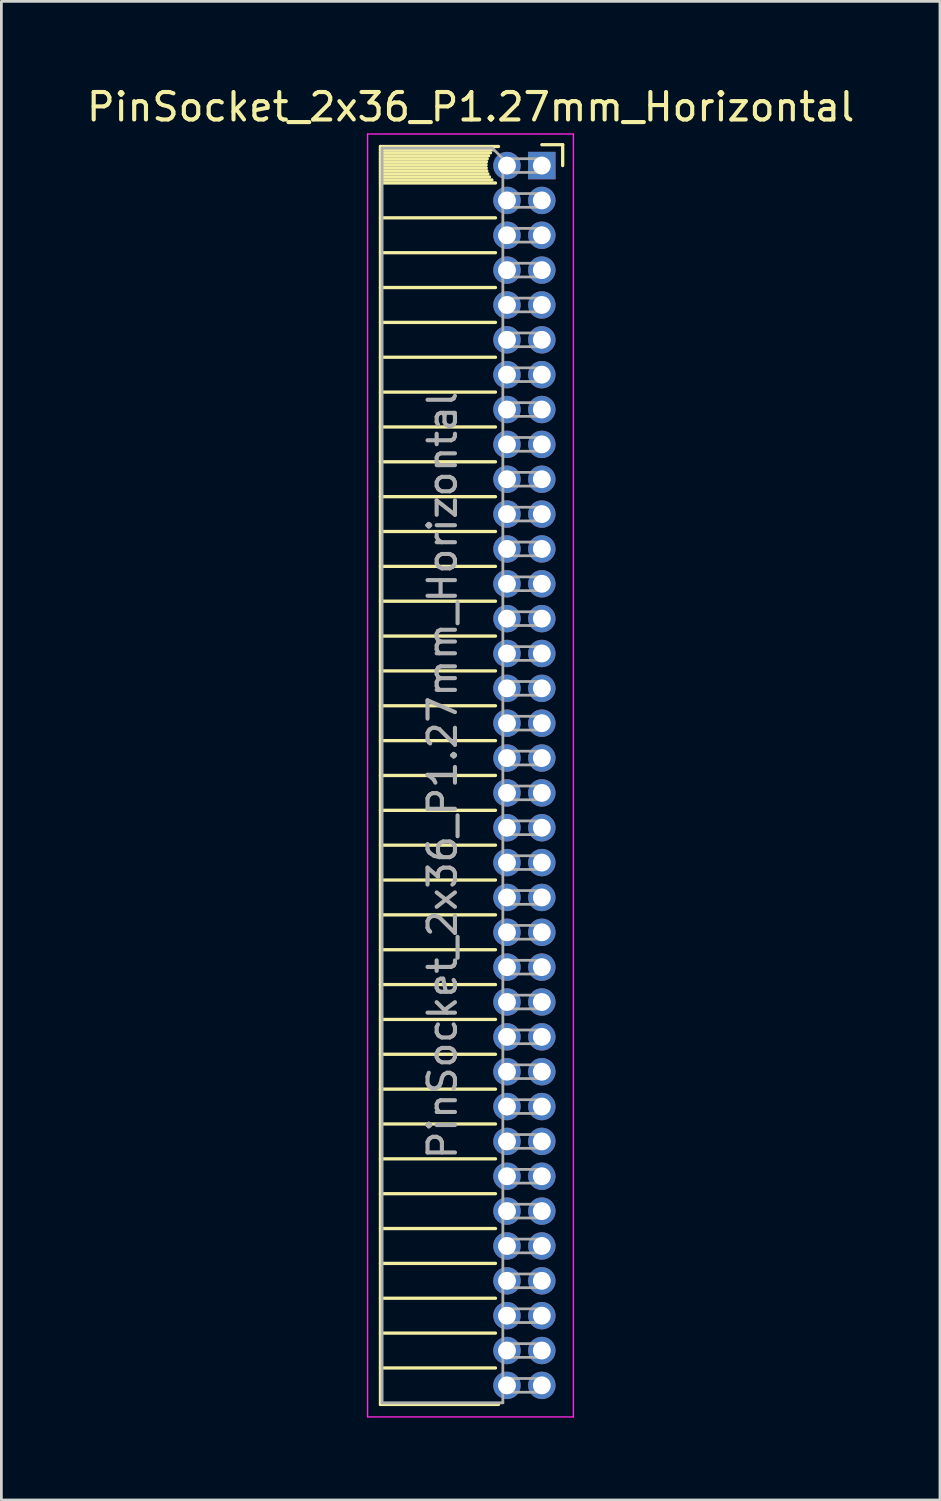
<source format=kicad_pcb>
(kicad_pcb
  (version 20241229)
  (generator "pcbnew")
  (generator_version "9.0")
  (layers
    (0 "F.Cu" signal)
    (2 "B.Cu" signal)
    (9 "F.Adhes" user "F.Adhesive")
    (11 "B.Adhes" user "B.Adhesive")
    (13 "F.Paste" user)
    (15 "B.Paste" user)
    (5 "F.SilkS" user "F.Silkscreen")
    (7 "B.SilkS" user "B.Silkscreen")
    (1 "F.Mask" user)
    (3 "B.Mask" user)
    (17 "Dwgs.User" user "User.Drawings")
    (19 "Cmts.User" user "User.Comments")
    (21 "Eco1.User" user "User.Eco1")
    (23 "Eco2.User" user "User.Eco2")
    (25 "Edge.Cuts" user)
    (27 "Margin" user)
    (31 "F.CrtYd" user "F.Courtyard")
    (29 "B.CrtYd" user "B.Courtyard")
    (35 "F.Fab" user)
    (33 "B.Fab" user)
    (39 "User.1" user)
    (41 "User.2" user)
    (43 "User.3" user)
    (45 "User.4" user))
  (footprint "PinSocket_2x36_P1.27mm_Horizontal"
    (layer "F.Cu")
    (at 16.694 2.983)
    (property "Reference" "PinSocket_2x36_P1.27mm_Horizontal" (at -2.592 -2.135 0) (layer "F.SilkS") (effects (font (size 1 1) (thickness 0.15))))
    (attr through_hole)
    (fp_line (start -5.88 -0.695) (end -5.88 45.145) (stroke (width 0.12) (type solid)) (layer "F.SilkS"))
    (fp_line (start -5.88 -0.695) (end -1.578 -0.695) (stroke (width 0.12) (type solid)) (layer "F.SilkS"))
    (fp_line (start -5.88 -0.575) (end -1.767 -0.575) (stroke (width 0.12) (type solid)) (layer "F.SilkS"))
    (fp_line (start -5.88 -0.465) (end -1.871 -0.465) (stroke (width 0.12) (type solid)) (layer "F.SilkS"))
    (fp_line (start -5.88 -0.355) (end -1.942 -0.355) (stroke (width 0.12) (type solid)) (layer "F.SilkS"))
    (fp_line (start -5.88 -0.245) (end -1.989 -0.245) (stroke (width 0.12) (type solid)) (layer "F.SilkS"))
    (fp_line (start -5.88 -0.135) (end -2.018 -0.135) (stroke (width 0.12) (type solid)) (layer "F.SilkS"))
    (fp_line (start -5.88 -0.025) (end -2.03 -0.025) (stroke (width 0.12) (type solid)) (layer "F.SilkS"))
    (fp_line (start -5.88 0.085) (end -2.025 0.085) (stroke (width 0.12) (type solid)) (layer "F.SilkS"))
    (fp_line (start -5.88 0.195) (end -2.005 0.195) (stroke (width 0.12) (type solid)) (layer "F.SilkS"))
    (fp_line (start -5.88 0.305) (end -1.966 0.305) (stroke (width 0.12) (type solid)) (layer "F.SilkS"))
    (fp_line (start -5.88 0.415) (end -1.907 0.415) (stroke (width 0.12) (type solid)) (layer "F.SilkS"))
    (fp_line (start -5.88 0.525) (end -1.82 0.525) (stroke (width 0.12) (type solid)) (layer "F.SilkS"))
    (fp_line (start -5.88 0.635) (end -1.688 0.635) (stroke (width 0.12) (type solid)) (layer "F.SilkS"))
    (fp_line (start -5.88 1.905) (end -1.688 1.905) (stroke (width 0.12) (type solid)) (layer "F.SilkS"))
    (fp_line (start -5.88 3.175) (end -1.688 3.175) (stroke (width 0.12) (type solid)) (layer "F.SilkS"))
    (fp_line (start -5.88 4.445) (end -1.688 4.445) (stroke (width 0.12) (type solid)) (layer "F.SilkS"))
    (fp_line (start -5.88 5.715) (end -1.688 5.715) (stroke (width 0.12) (type solid)) (layer "F.SilkS"))
    (fp_line (start -5.88 6.985) (end -1.688 6.985) (stroke (width 0.12) (type solid)) (layer "F.SilkS"))
    (fp_line (start -5.88 8.255) (end -1.688 8.255) (stroke (width 0.12) (type solid)) (layer "F.SilkS"))
    (fp_line (start -5.88 9.525) (end -1.688 9.525) (stroke (width 0.12) (type solid)) (layer "F.SilkS"))
    (fp_line (start -5.88 10.795) (end -1.688 10.795) (stroke (width 0.12) (type solid)) (layer "F.SilkS"))
    (fp_line (start -5.88 12.065) (end -1.688 12.065) (stroke (width 0.12) (type solid)) (layer "F.SilkS"))
    (fp_line (start -5.88 13.335) (end -1.688 13.335) (stroke (width 0.12) (type solid)) (layer "F.SilkS"))
    (fp_line (start -5.88 14.605) (end -1.688 14.605) (stroke (width 0.12) (type solid)) (layer "F.SilkS"))
    (fp_line (start -5.88 15.875) (end -1.688 15.875) (stroke (width 0.12) (type solid)) (layer "F.SilkS"))
    (fp_line (start -5.88 17.145) (end -1.688 17.145) (stroke (width 0.12) (type solid)) (layer "F.SilkS"))
    (fp_line (start -5.88 18.415) (end -1.688 18.415) (stroke (width 0.12) (type solid)) (layer "F.SilkS"))
    (fp_line (start -5.88 19.685) (end -1.688 19.685) (stroke (width 0.12) (type solid)) (layer "F.SilkS"))
    (fp_line (start -5.88 20.955) (end -1.688 20.955) (stroke (width 0.12) (type solid)) (layer "F.SilkS"))
    (fp_line (start -5.88 22.225) (end -1.688 22.225) (stroke (width 0.12) (type solid)) (layer "F.SilkS"))
    (fp_line (start -5.88 23.495) (end -1.688 23.495) (stroke (width 0.12) (type solid)) (layer "F.SilkS"))
    (fp_line (start -5.88 24.765) (end -1.688 24.765) (stroke (width 0.12) (type solid)) (layer "F.SilkS"))
    (fp_line (start -5.88 26.035) (end -1.688 26.035) (stroke (width 0.12) (type solid)) (layer "F.SilkS"))
    (fp_line (start -5.88 27.305) (end -1.688 27.305) (stroke (width 0.12) (type solid)) (layer "F.SilkS"))
    (fp_line (start -5.88 28.575) (end -1.688 28.575) (stroke (width 0.12) (type solid)) (layer "F.SilkS"))
    (fp_line (start -5.88 29.845) (end -1.688 29.845) (stroke (width 0.12) (type solid)) (layer "F.SilkS"))
    (fp_line (start -5.88 31.115) (end -1.688 31.115) (stroke (width 0.12) (type solid)) (layer "F.SilkS"))
    (fp_line (start -5.88 32.385) (end -1.688 32.385) (stroke (width 0.12) (type solid)) (layer "F.SilkS"))
    (fp_line (start -5.88 33.655) (end -1.688 33.655) (stroke (width 0.12) (type solid)) (layer "F.SilkS"))
    (fp_line (start -5.88 34.925) (end -1.688 34.925) (stroke (width 0.12) (type solid)) (layer "F.SilkS"))
    (fp_line (start -5.88 36.195) (end -1.688 36.195) (stroke (width 0.12) (type solid)) (layer "F.SilkS"))
    (fp_line (start -5.88 37.465) (end -1.688 37.465) (stroke (width 0.12) (type solid)) (layer "F.SilkS"))
    (fp_line (start -5.88 38.735) (end -1.688 38.735) (stroke (width 0.12) (type solid)) (layer "F.SilkS"))
    (fp_line (start -5.88 40.005) (end -1.688 40.005) (stroke (width 0.12) (type solid)) (layer "F.SilkS"))
    (fp_line (start -5.88 41.275) (end -1.688 41.275) (stroke (width 0.12) (type solid)) (layer "F.SilkS"))
    (fp_line (start -5.88 42.545) (end -1.688 42.545) (stroke (width 0.12) (type solid)) (layer "F.SilkS"))
    (fp_line (start -5.88 43.815) (end -1.688 43.815) (stroke (width 0.12) (type solid)) (layer "F.SilkS"))
    (fp_line (start -5.88 45.145) (end -1.578 45.145) (stroke (width 0.12) (type solid)) (layer "F.SilkS"))
    (fp_line (start 0 -0.76) (end 0.76 -0.76) (stroke (width 0.12) (type solid)) (layer "F.SilkS"))
    (fp_line (start 0.76 -0.76) (end 0.76 0) (stroke (width 0.12) (type solid)) (layer "F.SilkS"))
    (fp_line (start -6.35 -1.15) (end -6.35 45.6) (stroke (width 0.05) (type solid)) (layer "F.CrtYd"))
    (fp_line (start -6.35 45.6) (end 1.15 45.6) (stroke (width 0.05) (type solid)) (layer "F.CrtYd"))
    (fp_line (start 1.15 -1.15) (end -6.35 -1.15) (stroke (width 0.05) (type solid)) (layer "F.CrtYd"))
    (fp_line (start 1.15 45.6) (end 1.15 -1.15) (stroke (width 0.05) (type solid)) (layer "F.CrtYd"))
    (fp_line (start -5.82 -0.635) (end -1.805 -0.635) (stroke (width 0.1) (type solid)) (layer "F.Fab"))
    (fp_line (start -5.82 45.085) (end -5.82 -0.635) (stroke (width 0.1) (type solid)) (layer "F.Fab"))
    (fp_line (start -1.805 -0.635) (end -1.42 -0.25) (stroke (width 0.1) (type solid)) (layer "F.Fab"))
    (fp_line (start -1.42 -0.25) (end -1.42 45.085) (stroke (width 0.1) (type solid)) (layer "F.Fab"))
    (fp_line (start -1.42 0.25) (end 0 0.25) (stroke (width 0.1) (type solid)) (layer "F.Fab"))
    (fp_line (start -1.42 1.52) (end 0 1.52) (stroke (width 0.1) (type solid)) (layer "F.Fab"))
    (fp_line (start -1.42 2.79) (end 0 2.79) (stroke (width 0.1) (type solid)) (layer "F.Fab"))
    (fp_line (start -1.42 4.06) (end 0 4.06) (stroke (width 0.1) (type solid)) (layer "F.Fab"))
    (fp_line (start -1.42 5.33) (end 0 5.33) (stroke (width 0.1) (type solid)) (layer "F.Fab"))
    (fp_line (start -1.42 6.6) (end 0 6.6) (stroke (width 0.1) (type solid)) (layer "F.Fab"))
    (fp_line (start -1.42 7.87) (end 0 7.87) (stroke (width 0.1) (type solid)) (layer "F.Fab"))
    (fp_line (start -1.42 9.14) (end 0 9.14) (stroke (width 0.1) (type solid)) (layer "F.Fab"))
    (fp_line (start -1.42 10.41) (end 0 10.41) (stroke (width 0.1) (type solid)) (layer "F.Fab"))
    (fp_line (start -1.42 11.68) (end 0 11.68) (stroke (width 0.1) (type solid)) (layer "F.Fab"))
    (fp_line (start -1.42 12.95) (end 0 12.95) (stroke (width 0.1) (type solid)) (layer "F.Fab"))
    (fp_line (start -1.42 14.22) (end 0 14.22) (stroke (width 0.1) (type solid)) (layer "F.Fab"))
    (fp_line (start -1.42 15.49) (end 0 15.49) (stroke (width 0.1) (type solid)) (layer "F.Fab"))
    (fp_line (start -1.42 16.76) (end 0 16.76) (stroke (width 0.1) (type solid)) (layer "F.Fab"))
    (fp_line (start -1.42 18.03) (end 0 18.03) (stroke (width 0.1) (type solid)) (layer "F.Fab"))
    (fp_line (start -1.42 19.3) (end 0 19.3) (stroke (width 0.1) (type solid)) (layer "F.Fab"))
    (fp_line (start -1.42 20.57) (end 0 20.57) (stroke (width 0.1) (type solid)) (layer "F.Fab"))
    (fp_line (start -1.42 21.84) (end 0 21.84) (stroke (width 0.1) (type solid)) (layer "F.Fab"))
    (fp_line (start -1.42 23.11) (end 0 23.11) (stroke (width 0.1) (type solid)) (layer "F.Fab"))
    (fp_line (start -1.42 24.38) (end 0 24.38) (stroke (width 0.1) (type solid)) (layer "F.Fab"))
    (fp_line (start -1.42 25.65) (end 0 25.65) (stroke (width 0.1) (type solid)) (layer "F.Fab"))
    (fp_line (start -1.42 26.92) (end 0 26.92) (stroke (width 0.1) (type solid)) (layer "F.Fab"))
    (fp_line (start -1.42 28.19) (end 0 28.19) (stroke (width 0.1) (type solid)) (layer "F.Fab"))
    (fp_line (start -1.42 29.46) (end 0 29.46) (stroke (width 0.1) (type solid)) (layer "F.Fab"))
    (fp_line (start -1.42 30.73) (end 0 30.73) (stroke (width 0.1) (type solid)) (layer "F.Fab"))
    (fp_line (start -1.42 32) (end 0 32) (stroke (width 0.1) (type solid)) (layer "F.Fab"))
    (fp_line (start -1.42 33.27) (end 0 33.27) (stroke (width 0.1) (type solid)) (layer "F.Fab"))
    (fp_line (start -1.42 34.54) (end 0 34.54) (stroke (width 0.1) (type solid)) (layer "F.Fab"))
    (fp_line (start -1.42 35.81) (end 0 35.81) (stroke (width 0.1) (type solid)) (layer "F.Fab"))
    (fp_line (start -1.42 37.08) (end 0 37.08) (stroke (width 0.1) (type solid)) (layer "F.Fab"))
    (fp_line (start -1.42 38.35) (end 0 38.35) (stroke (width 0.1) (type solid)) (layer "F.Fab"))
    (fp_line (start -1.42 39.62) (end 0 39.62) (stroke (width 0.1) (type solid)) (layer "F.Fab"))
    (fp_line (start -1.42 40.89) (end 0 40.89) (stroke (width 0.1) (type solid)) (layer "F.Fab"))
    (fp_line (start -1.42 42.16) (end 0 42.16) (stroke (width 0.1) (type solid)) (layer "F.Fab"))
    (fp_line (start -1.42 43.43) (end 0 43.43) (stroke (width 0.1) (type solid)) (layer "F.Fab"))
    (fp_line (start -1.42 44.7) (end 0 44.7) (stroke (width 0.1) (type solid)) (layer "F.Fab"))
    (fp_line (start -1.42 45.085) (end -5.82 45.085) (stroke (width 0.1) (type solid)) (layer "F.Fab"))
    (fp_line (start 0 -0.25) (end -1.42 -0.25) (stroke (width 0.1) (type solid)) (layer "F.Fab"))
    (fp_line (start 0 0.25) (end 0 -0.25) (stroke (width 0.1) (type solid)) (layer "F.Fab"))
    (fp_line (start 0 1.02) (end -1.42 1.02) (stroke (width 0.1) (type solid)) (layer "F.Fab"))
    (fp_line (start 0 1.52) (end 0 1.02) (stroke (width 0.1) (type solid)) (layer "F.Fab"))
    (fp_line (start 0 2.29) (end -1.42 2.29) (stroke (width 0.1) (type solid)) (layer "F.Fab"))
    (fp_line (start 0 2.79) (end 0 2.29) (stroke (width 0.1) (type solid)) (layer "F.Fab"))
    (fp_line (start 0 3.56) (end -1.42 3.56) (stroke (width 0.1) (type solid)) (layer "F.Fab"))
    (fp_line (start 0 4.06) (end 0 3.56) (stroke (width 0.1) (type solid)) (layer "F.Fab"))
    (fp_line (start 0 4.83) (end -1.42 4.83) (stroke (width 0.1) (type solid)) (layer "F.Fab"))
    (fp_line (start 0 5.33) (end 0 4.83) (stroke (width 0.1) (type solid)) (layer "F.Fab"))
    (fp_line (start 0 6.1) (end -1.42 6.1) (stroke (width 0.1) (type solid)) (layer "F.Fab"))
    (fp_line (start 0 6.6) (end 0 6.1) (stroke (width 0.1) (type solid)) (layer "F.Fab"))
    (fp_line (start 0 7.37) (end -1.42 7.37) (stroke (width 0.1) (type solid)) (layer "F.Fab"))
    (fp_line (start 0 7.87) (end 0 7.37) (stroke (width 0.1) (type solid)) (layer "F.Fab"))
    (fp_line (start 0 8.64) (end -1.42 8.64) (stroke (width 0.1) (type solid)) (layer "F.Fab"))
    (fp_line (start 0 9.14) (end 0 8.64) (stroke (width 0.1) (type solid)) (layer "F.Fab"))
    (fp_line (start 0 9.91) (end -1.42 9.91) (stroke (width 0.1) (type solid)) (layer "F.Fab"))
    (fp_line (start 0 10.41) (end 0 9.91) (stroke (width 0.1) (type solid)) (layer "F.Fab"))
    (fp_line (start 0 11.18) (end -1.42 11.18) (stroke (width 0.1) (type solid)) (layer "F.Fab"))
    (fp_line (start 0 11.68) (end 0 11.18) (stroke (width 0.1) (type solid)) (layer "F.Fab"))
    (fp_line (start 0 12.45) (end -1.42 12.45) (stroke (width 0.1) (type solid)) (layer "F.Fab"))
    (fp_line (start 0 12.95) (end 0 12.45) (stroke (width 0.1) (type solid)) (layer "F.Fab"))
    (fp_line (start 0 13.72) (end -1.42 13.72) (stroke (width 0.1) (type solid)) (layer "F.Fab"))
    (fp_line (start 0 14.22) (end 0 13.72) (stroke (width 0.1) (type solid)) (layer "F.Fab"))
    (fp_line (start 0 14.99) (end -1.42 14.99) (stroke (width 0.1) (type solid)) (layer "F.Fab"))
    (fp_line (start 0 15.49) (end 0 14.99) (stroke (width 0.1) (type solid)) (layer "F.Fab"))
    (fp_line (start 0 16.26) (end -1.42 16.26) (stroke (width 0.1) (type solid)) (layer "F.Fab"))
    (fp_line (start 0 16.76) (end 0 16.26) (stroke (width 0.1) (type solid)) (layer "F.Fab"))
    (fp_line (start 0 17.53) (end -1.42 17.53) (stroke (width 0.1) (type solid)) (layer "F.Fab"))
    (fp_line (start 0 18.03) (end 0 17.53) (stroke (width 0.1) (type solid)) (layer "F.Fab"))
    (fp_line (start 0 18.8) (end -1.42 18.8) (stroke (width 0.1) (type solid)) (layer "F.Fab"))
    (fp_line (start 0 19.3) (end 0 18.8) (stroke (width 0.1) (type solid)) (layer "F.Fab"))
    (fp_line (start 0 20.07) (end -1.42 20.07) (stroke (width 0.1) (type solid)) (layer "F.Fab"))
    (fp_line (start 0 20.57) (end 0 20.07) (stroke (width 0.1) (type solid)) (layer "F.Fab"))
    (fp_line (start 0 21.34) (end -1.42 21.34) (stroke (width 0.1) (type solid)) (layer "F.Fab"))
    (fp_line (start 0 21.84) (end 0 21.34) (stroke (width 0.1) (type solid)) (layer "F.Fab"))
    (fp_line (start 0 22.61) (end -1.42 22.61) (stroke (width 0.1) (type solid)) (layer "F.Fab"))
    (fp_line (start 0 23.11) (end 0 22.61) (stroke (width 0.1) (type solid)) (layer "F.Fab"))
    (fp_line (start 0 23.88) (end -1.42 23.88) (stroke (width 0.1) (type solid)) (layer "F.Fab"))
    (fp_line (start 0 24.38) (end 0 23.88) (stroke (width 0.1) (type solid)) (layer "F.Fab"))
    (fp_line (start 0 25.15) (end -1.42 25.15) (stroke (width 0.1) (type solid)) (layer "F.Fab"))
    (fp_line (start 0 25.65) (end 0 25.15) (stroke (width 0.1) (type solid)) (layer "F.Fab"))
    (fp_line (start 0 26.42) (end -1.42 26.42) (stroke (width 0.1) (type solid)) (layer "F.Fab"))
    (fp_line (start 0 26.92) (end 0 26.42) (stroke (width 0.1) (type solid)) (layer "F.Fab"))
    (fp_line (start 0 27.69) (end -1.42 27.69) (stroke (width 0.1) (type solid)) (layer "F.Fab"))
    (fp_line (start 0 28.19) (end 0 27.69) (stroke (width 0.1) (type solid)) (layer "F.Fab"))
    (fp_line (start 0 28.96) (end -1.42 28.96) (stroke (width 0.1) (type solid)) (layer "F.Fab"))
    (fp_line (start 0 29.46) (end 0 28.96) (stroke (width 0.1) (type solid)) (layer "F.Fab"))
    (fp_line (start 0 30.23) (end -1.42 30.23) (stroke (width 0.1) (type solid)) (layer "F.Fab"))
    (fp_line (start 0 30.73) (end 0 30.23) (stroke (width 0.1) (type solid)) (layer "F.Fab"))
    (fp_line (start 0 31.5) (end -1.42 31.5) (stroke (width 0.1) (type solid)) (layer "F.Fab"))
    (fp_line (start 0 32) (end 0 31.5) (stroke (width 0.1) (type solid)) (layer "F.Fab"))
    (fp_line (start 0 32.77) (end -1.42 32.77) (stroke (width 0.1) (type solid)) (layer "F.Fab"))
    (fp_line (start 0 33.27) (end 0 32.77) (stroke (width 0.1) (type solid)) (layer "F.Fab"))
    (fp_line (start 0 34.04) (end -1.42 34.04) (stroke (width 0.1) (type solid)) (layer "F.Fab"))
    (fp_line (start 0 34.54) (end 0 34.04) (stroke (width 0.1) (type solid)) (layer "F.Fab"))
    (fp_line (start 0 35.31) (end -1.42 35.31) (stroke (width 0.1) (type solid)) (layer "F.Fab"))
    (fp_line (start 0 35.81) (end 0 35.31) (stroke (width 0.1) (type solid)) (layer "F.Fab"))
    (fp_line (start 0 36.58) (end -1.42 36.58) (stroke (width 0.1) (type solid)) (layer "F.Fab"))
    (fp_line (start 0 37.08) (end 0 36.58) (stroke (width 0.1) (type solid)) (layer "F.Fab"))
    (fp_line (start 0 37.85) (end -1.42 37.85) (stroke (width 0.1) (type solid)) (layer "F.Fab"))
    (fp_line (start 0 38.35) (end 0 37.85) (stroke (width 0.1) (type solid)) (layer "F.Fab"))
    (fp_line (start 0 39.12) (end -1.42 39.12) (stroke (width 0.1) (type solid)) (layer "F.Fab"))
    (fp_line (start 0 39.62) (end 0 39.12) (stroke (width 0.1) (type solid)) (layer "F.Fab"))
    (fp_line (start 0 40.39) (end -1.42 40.39) (stroke (width 0.1) (type solid)) (layer "F.Fab"))
    (fp_line (start 0 40.89) (end 0 40.39) (stroke (width 0.1) (type solid)) (layer "F.Fab"))
    (fp_line (start 0 41.66) (end -1.42 41.66) (stroke (width 0.1) (type solid)) (layer "F.Fab"))
    (fp_line (start 0 42.16) (end 0 41.66) (stroke (width 0.1) (type solid)) (layer "F.Fab"))
    (fp_line (start 0 42.93) (end -1.42 42.93) (stroke (width 0.1) (type solid)) (layer "F.Fab"))
    (fp_line (start 0 43.43) (end 0 42.93) (stroke (width 0.1) (type solid)) (layer "F.Fab"))
    (fp_line (start 0 44.2) (end -1.42 44.2) (stroke (width 0.1) (type solid)) (layer "F.Fab"))
    (fp_line (start 0 44.7) (end 0 44.2) (stroke (width 0.1) (type solid)) (layer "F.Fab"))
    (fp_text user "${REFERENCE}" (at -3.62 22.225 90) (layer "F.Fab") (effects (font (size 1 1) (thickness 0.15))))
    (pad "1" thru_hole rect (at 0 0) (size 1 1) (drill 0.65) (layers "*.Cu" "*.Mask"))
    (pad "2" thru_hole circle (at -1.27 0) (size 1 1) (drill 0.65) (layers "*.Cu" "*.Mask"))
    (pad "3" thru_hole circle (at 0 1.27) (size 1 1) (drill 0.65) (layers "*.Cu" "*.Mask"))
    (pad "4" thru_hole circle (at -1.27 1.27) (size 1 1) (drill 0.65) (layers "*.Cu" "*.Mask"))
    (pad "5" thru_hole circle (at 0 2.54) (size 1 1) (drill 0.65) (layers "*.Cu" "*.Mask"))
    (pad "6" thru_hole circle (at -1.27 2.54) (size 1 1) (drill 0.65) (layers "*.Cu" "*.Mask"))
    (pad "7" thru_hole circle (at 0 3.81) (size 1 1) (drill 0.65) (layers "*.Cu" "*.Mask"))
    (pad "8" thru_hole circle (at -1.27 3.81) (size 1 1) (drill 0.65) (layers "*.Cu" "*.Mask"))
    (pad "9" thru_hole circle (at 0 5.08) (size 1 1) (drill 0.65) (layers "*.Cu" "*.Mask"))
    (pad "10" thru_hole circle (at -1.27 5.08) (size 1 1) (drill 0.65) (layers "*.Cu" "*.Mask"))
    (pad "11" thru_hole circle (at 0 6.35) (size 1 1) (drill 0.65) (layers "*.Cu" "*.Mask"))
    (pad "12" thru_hole circle (at -1.27 6.35) (size 1 1) (drill 0.65) (layers "*.Cu" "*.Mask"))
    (pad "13" thru_hole circle (at 0 7.62) (size 1 1) (drill 0.65) (layers "*.Cu" "*.Mask"))
    (pad "14" thru_hole circle (at -1.27 7.62) (size 1 1) (drill 0.65) (layers "*.Cu" "*.Mask"))
    (pad "15" thru_hole circle (at 0 8.89) (size 1 1) (drill 0.65) (layers "*.Cu" "*.Mask"))
    (pad "16" thru_hole circle (at -1.27 8.89) (size 1 1) (drill 0.65) (layers "*.Cu" "*.Mask"))
    (pad "17" thru_hole circle (at 0 10.16) (size 1 1) (drill 0.65) (layers "*.Cu" "*.Mask"))
    (pad "18" thru_hole circle (at -1.27 10.16) (size 1 1) (drill 0.65) (layers "*.Cu" "*.Mask"))
    (pad "19" thru_hole circle (at 0 11.43) (size 1 1) (drill 0.65) (layers "*.Cu" "*.Mask"))
    (pad "20" thru_hole circle (at -1.27 11.43) (size 1 1) (drill 0.65) (layers "*.Cu" "*.Mask"))
    (pad "21" thru_hole circle (at 0 12.7) (size 1 1) (drill 0.65) (layers "*.Cu" "*.Mask"))
    (pad "22" thru_hole circle (at -1.27 12.7) (size 1 1) (drill 0.65) (layers "*.Cu" "*.Mask"))
    (pad "23" thru_hole circle (at 0 13.97) (size 1 1) (drill 0.65) (layers "*.Cu" "*.Mask"))
    (pad "24" thru_hole circle (at -1.27 13.97) (size 1 1) (drill 0.65) (layers "*.Cu" "*.Mask"))
    (pad "25" thru_hole circle (at 0 15.24) (size 1 1) (drill 0.65) (layers "*.Cu" "*.Mask"))
    (pad "26" thru_hole circle (at -1.27 15.24) (size 1 1) (drill 0.65) (layers "*.Cu" "*.Mask"))
    (pad "27" thru_hole circle (at 0 16.51) (size 1 1) (drill 0.65) (layers "*.Cu" "*.Mask"))
    (pad "28" thru_hole circle (at -1.27 16.51) (size 1 1) (drill 0.65) (layers "*.Cu" "*.Mask"))
    (pad "29" thru_hole circle (at 0 17.78) (size 1 1) (drill 0.65) (layers "*.Cu" "*.Mask"))
    (pad "30" thru_hole circle (at -1.27 17.78) (size 1 1) (drill 0.65) (layers "*.Cu" "*.Mask"))
    (pad "31" thru_hole circle (at 0 19.05) (size 1 1) (drill 0.65) (layers "*.Cu" "*.Mask"))
    (pad "32" thru_hole circle (at -1.27 19.05) (size 1 1) (drill 0.65) (layers "*.Cu" "*.Mask"))
    (pad "33" thru_hole circle (at 0 20.32) (size 1 1) (drill 0.65) (layers "*.Cu" "*.Mask"))
    (pad "34" thru_hole circle (at -1.27 20.32) (size 1 1) (drill 0.65) (layers "*.Cu" "*.Mask"))
    (pad "35" thru_hole circle (at 0 21.59) (size 1 1) (drill 0.65) (layers "*.Cu" "*.Mask"))
    (pad "36" thru_hole circle (at -1.27 21.59) (size 1 1) (drill 0.65) (layers "*.Cu" "*.Mask"))
    (pad "37" thru_hole circle (at 0 22.86) (size 1 1) (drill 0.65) (layers "*.Cu" "*.Mask"))
    (pad "38" thru_hole circle (at -1.27 22.86) (size 1 1) (drill 0.65) (layers "*.Cu" "*.Mask"))
    (pad "39" thru_hole circle (at 0 24.13) (size 1 1) (drill 0.65) (layers "*.Cu" "*.Mask"))
    (pad "40" thru_hole circle (at -1.27 24.13) (size 1 1) (drill 0.65) (layers "*.Cu" "*.Mask"))
    (pad "41" thru_hole circle (at 0 25.4) (size 1 1) (drill 0.65) (layers "*.Cu" "*.Mask"))
    (pad "42" thru_hole circle (at -1.27 25.4) (size 1 1) (drill 0.65) (layers "*.Cu" "*.Mask"))
    (pad "43" thru_hole circle (at 0 26.67) (size 1 1) (drill 0.65) (layers "*.Cu" "*.Mask"))
    (pad "44" thru_hole circle (at -1.27 26.67) (size 1 1) (drill 0.65) (layers "*.Cu" "*.Mask"))
    (pad "45" thru_hole circle (at 0 27.94) (size 1 1) (drill 0.65) (layers "*.Cu" "*.Mask"))
    (pad "46" thru_hole circle (at -1.27 27.94) (size 1 1) (drill 0.65) (layers "*.Cu" "*.Mask"))
    (pad "47" thru_hole circle (at 0 29.21) (size 1 1) (drill 0.65) (layers "*.Cu" "*.Mask"))
    (pad "48" thru_hole circle (at -1.27 29.21) (size 1 1) (drill 0.65) (layers "*.Cu" "*.Mask"))
    (pad "49" thru_hole circle (at 0 30.48) (size 1 1) (drill 0.65) (layers "*.Cu" "*.Mask"))
    (pad "50" thru_hole circle (at -1.27 30.48) (size 1 1) (drill 0.65) (layers "*.Cu" "*.Mask"))
    (pad "51" thru_hole circle (at 0 31.75) (size 1 1) (drill 0.65) (layers "*.Cu" "*.Mask"))
    (pad "52" thru_hole circle (at -1.27 31.75) (size 1 1) (drill 0.65) (layers "*.Cu" "*.Mask"))
    (pad "53" thru_hole circle (at 0 33.02) (size 1 1) (drill 0.65) (layers "*.Cu" "*.Mask"))
    (pad "54" thru_hole circle (at -1.27 33.02) (size 1 1) (drill 0.65) (layers "*.Cu" "*.Mask"))
    (pad "55" thru_hole circle (at 0 34.29) (size 1 1) (drill 0.65) (layers "*.Cu" "*.Mask"))
    (pad "56" thru_hole circle (at -1.27 34.29) (size 1 1) (drill 0.65) (layers "*.Cu" "*.Mask"))
    (pad "57" thru_hole circle (at 0 35.56) (size 1 1) (drill 0.65) (layers "*.Cu" "*.Mask"))
    (pad "58" thru_hole circle (at -1.27 35.56) (size 1 1) (drill 0.65) (layers "*.Cu" "*.Mask"))
    (pad "59" thru_hole circle (at 0 36.83) (size 1 1) (drill 0.65) (layers "*.Cu" "*.Mask"))
    (pad "60" thru_hole circle (at -1.27 36.83) (size 1 1) (drill 0.65) (layers "*.Cu" "*.Mask"))
    (pad "61" thru_hole circle (at 0 38.1) (size 1 1) (drill 0.65) (layers "*.Cu" "*.Mask"))
    (pad "62" thru_hole circle (at -1.27 38.1) (size 1 1) (drill 0.65) (layers "*.Cu" "*.Mask"))
    (pad "63" thru_hole circle (at 0 39.37) (size 1 1) (drill 0.65) (layers "*.Cu" "*.Mask"))
    (pad "64" thru_hole circle (at -1.27 39.37) (size 1 1) (drill 0.65) (layers "*.Cu" "*.Mask"))
    (pad "65" thru_hole circle (at 0 40.64) (size 1 1) (drill 0.65) (layers "*.Cu" "*.Mask"))
    (pad "66" thru_hole circle (at -1.27 40.64) (size 1 1) (drill 0.65) (layers "*.Cu" "*.Mask"))
    (pad "67" thru_hole circle (at 0 41.91) (size 1 1) (drill 0.65) (layers "*.Cu" "*.Mask"))
    (pad "68" thru_hole circle (at -1.27 41.91) (size 1 1) (drill 0.65) (layers "*.Cu" "*.Mask"))
    (pad "69" thru_hole circle (at 0 43.18) (size 1 1) (drill 0.65) (layers "*.Cu" "*.Mask"))
    (pad "70" thru_hole circle (at -1.27 43.18) (size 1 1) (drill 0.65) (layers "*.Cu" "*.Mask"))
    (pad "71" thru_hole circle (at 0 44.45) (size 1 1) (drill 0.65) (layers "*.Cu" "*.Mask"))
    (pad "72" thru_hole circle (at -1.27 44.45) (size 1 1) (drill 0.65) (layers "*.Cu" "*.Mask")))
  (gr_rect
    (start -3 -3)
    (end 31.202 51.608)
    (stroke (width 0.1) (type default))
    (fill no)
    (layer "Edge.Cuts")))
</source>
